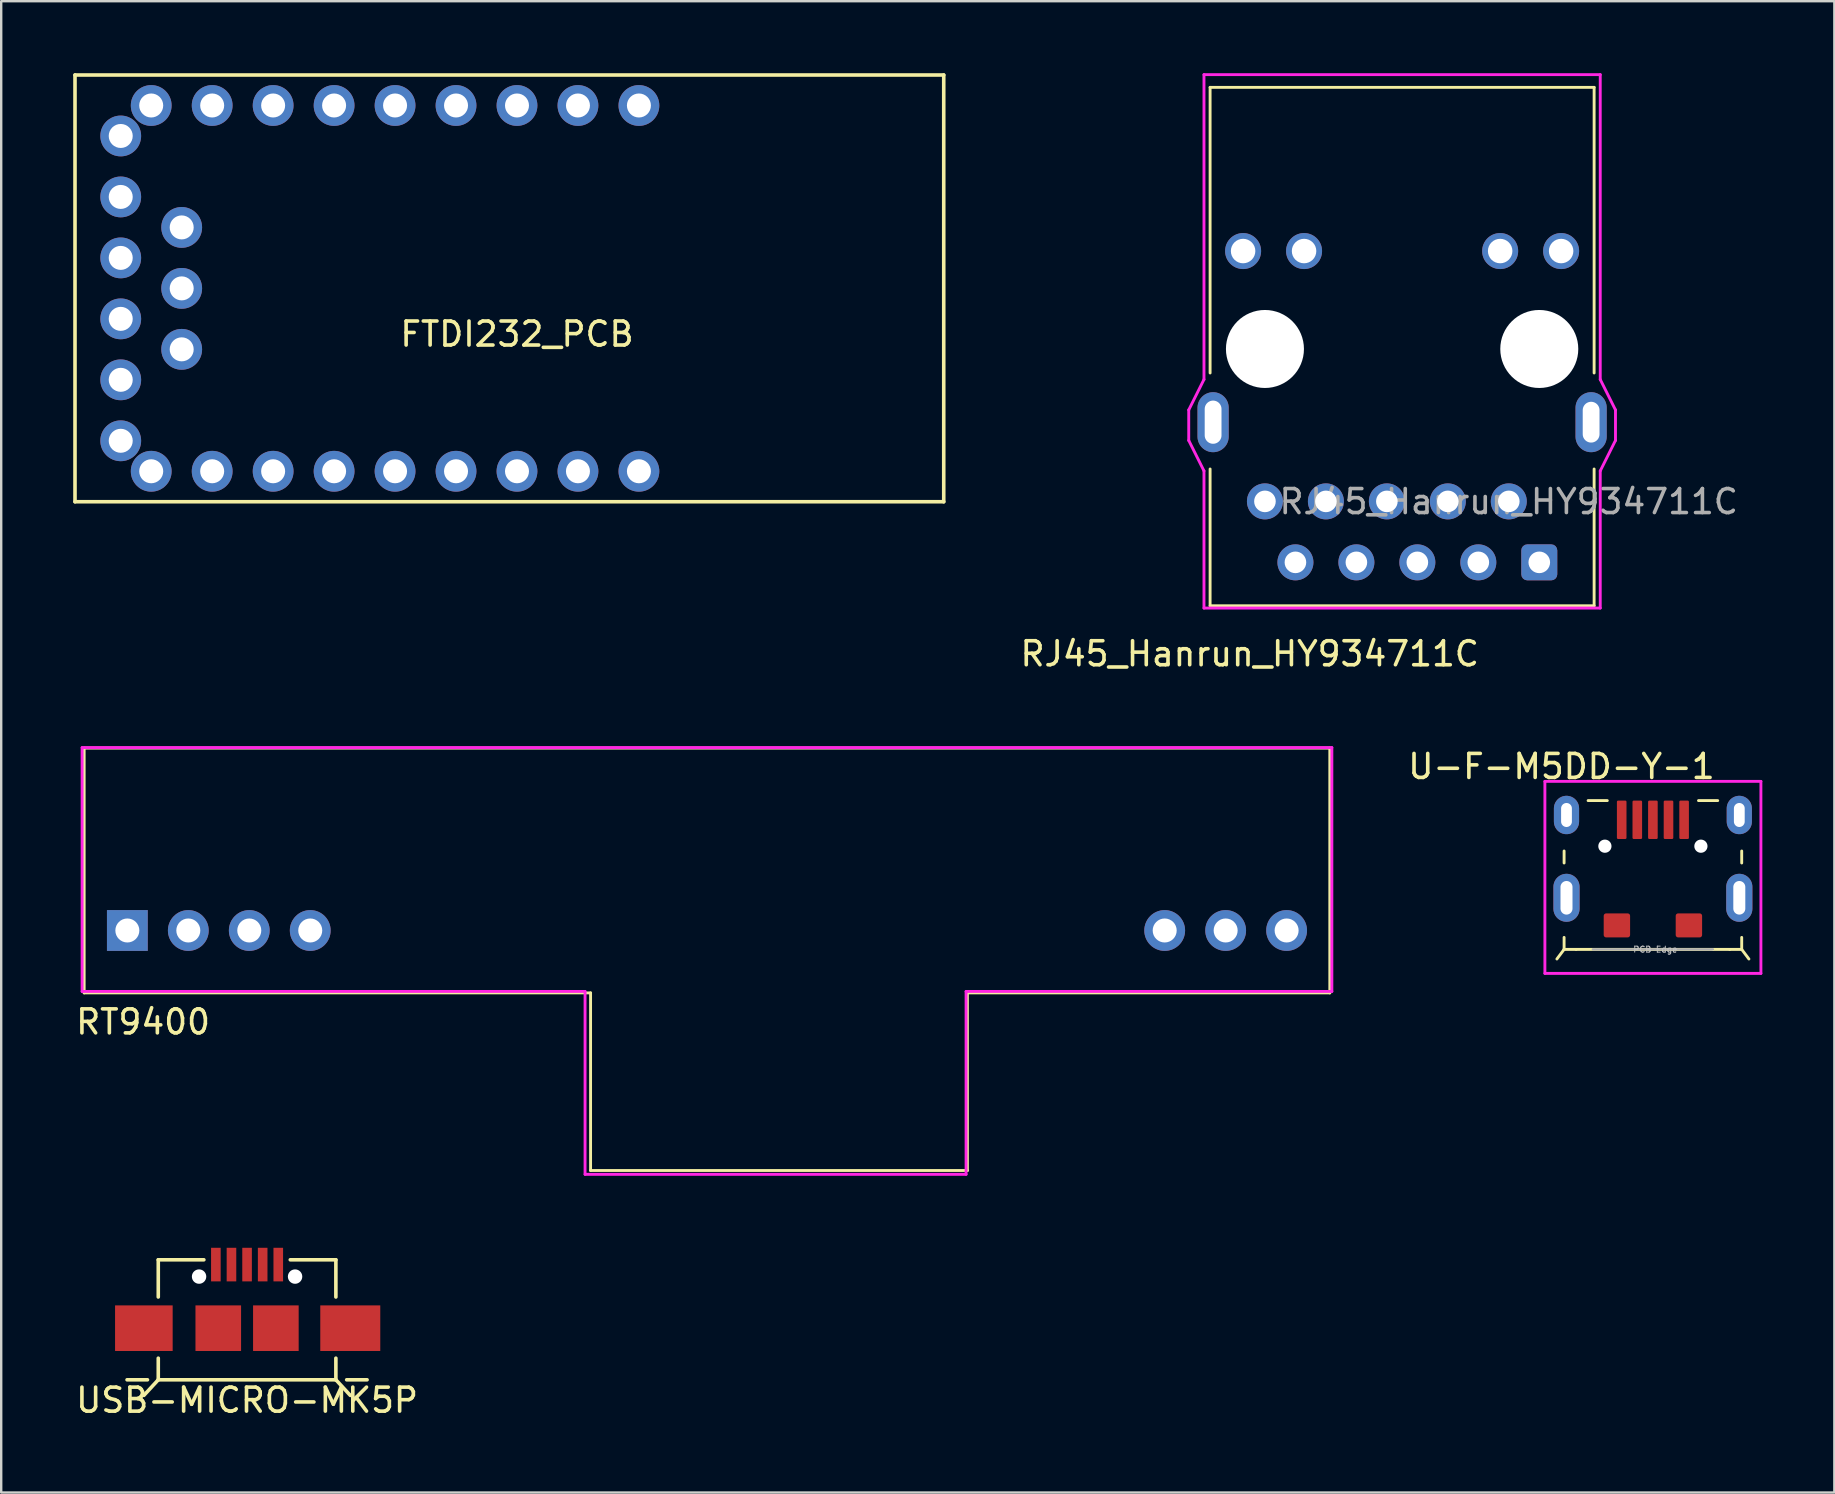
<source format=kicad_pcb>
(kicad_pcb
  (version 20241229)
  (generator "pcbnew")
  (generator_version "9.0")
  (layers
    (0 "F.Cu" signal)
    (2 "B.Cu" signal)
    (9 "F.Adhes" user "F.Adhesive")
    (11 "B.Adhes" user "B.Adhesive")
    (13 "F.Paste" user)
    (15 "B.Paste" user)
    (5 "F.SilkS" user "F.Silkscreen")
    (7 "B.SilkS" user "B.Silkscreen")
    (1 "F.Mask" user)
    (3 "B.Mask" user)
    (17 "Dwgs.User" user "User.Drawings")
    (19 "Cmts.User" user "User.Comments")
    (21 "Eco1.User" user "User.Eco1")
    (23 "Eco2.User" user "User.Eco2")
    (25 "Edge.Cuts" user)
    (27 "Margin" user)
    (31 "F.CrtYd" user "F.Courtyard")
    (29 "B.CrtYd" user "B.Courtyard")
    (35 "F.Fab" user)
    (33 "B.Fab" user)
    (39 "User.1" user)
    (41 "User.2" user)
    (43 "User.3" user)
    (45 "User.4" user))
  (footprint "USB-MICRO-MK5P"
    (layer "F.Cu")
    (at 7.244 52.288)
    (property "Reference" "USB-MICRO-MK5P" (at 0 3 0) (layer "F.SilkS") (effects (font (size 1 1) (thickness 0.15))))
    (attr through_hole)
    (fp_line (start -4.15 2.15) (end -5 2.15) (stroke (width 0.15) (type solid)) (layer "F.SilkS"))
    (fp_line (start -3.7 -2.85) (end -3.7 -1.3) (stroke (width 0.15) (type solid)) (layer "F.SilkS"))
    (fp_line (start -3.7 2.15) (end -4.3 2.8) (stroke (width 0.15) (type solid)) (layer "F.SilkS"))
    (fp_line (start -3.7 2.15) (end -3.7 1.25) (stroke (width 0.15) (type solid)) (layer "F.SilkS"))
    (fp_line (start -3.7 2.15) (end 3.7 2.15) (stroke (width 0.15) (type solid)) (layer "F.SilkS"))
    (fp_line (start -1.8 -2.85) (end -3.7 -2.85) (stroke (width 0.15) (type solid)) (layer "F.SilkS"))
    (fp_line (start 1.8 -2.85) (end 3.7 -2.85) (stroke (width 0.15) (type solid)) (layer "F.SilkS"))
    (fp_line (start 3.7 -2.85) (end 3.7 -1.3) (stroke (width 0.15) (type solid)) (layer "F.SilkS"))
    (fp_line (start 3.7 2.15) (end 3.7 1.25) (stroke (width 0.15) (type solid)) (layer "F.SilkS"))
    (fp_line (start 3.7 2.15) (end 4.3 2.8) (stroke (width 0.15) (type solid)) (layer "F.SilkS"))
    (fp_line (start 4.15 2.15) (end 5 2.15) (stroke (width 0.15) (type solid)) (layer "F.SilkS"))
    (pad "" np_thru_hole circle (at -2 -2.15) (size 0.6 0.6) (drill 0.6) (layers "*.Cu"))
    (pad "" np_thru_hole circle (at 2 -2.15) (size 0.6 0.6) (drill 0.6) (layers "*.Cu"))
    (pad "1" smd rect (at -1.3 -2.65) (size 0.4 1.4) (layers "F.Cu" "F.Mask" "F.Paste"))
    (pad "2" smd rect (at -0.65 -2.65) (size 0.4 1.4) (layers "F.Cu" "F.Mask" "F.Paste"))
    (pad "3" smd rect (at 0 -2.65) (size 0.4 1.4) (layers "F.Cu" "F.Mask" "F.Paste"))
    (pad "4" smd rect (at 0.65 -2.65) (size 0.4 1.4) (layers "F.Cu" "F.Mask" "F.Paste"))
    (pad "5" smd rect (at 1.3 -2.65) (size 0.4 1.4) (layers "F.Cu" "F.Mask" "F.Paste"))
    (pad "6" smd rect (at -4.3 0) (size 2.4 1.9) (layers "F.Cu" "F.Mask" "F.Paste"))
    (pad "6" smd rect (at -1.2 0) (size 1.9 1.9) (layers "F.Cu" "F.Mask" "F.Paste"))
    (pad "6" smd rect (at 1.2 0) (size 1.9 1.9) (layers "F.Cu" "F.Mask" "F.Paste"))
    (pad "6" smd rect (at 4.3 0) (size 2.5 1.9) (layers "F.Cu" "F.Mask" "F.Paste")))
  (footprint "FTDI232_PCB"
    (layer "F.Cu")
    (at 18.49 8.965)
    (property "Reference" "FTDI232_PCB" (at 0 1.905 0) (layer "F.SilkS") (effects (font (size 1 1) (thickness 0.15))))
    (attr through_hole)
    (fp_line (start -18.415 -8.89) (end -18.415 8.89) (stroke (width 0.15) (type solid)) (layer "F.SilkS"))
    (fp_line (start -18.415 8.89) (end 17.78 8.89) (stroke (width 0.15) (type solid)) (layer "F.SilkS"))
    (fp_line (start 17.78 -8.89) (end -18.415 -8.89) (stroke (width 0.15) (type solid)) (layer "F.SilkS"))
    (fp_line (start 17.78 8.89) (end 17.78 -8.89) (stroke (width 0.15) (type solid)) (layer "F.SilkS"))
    (pad "1" thru_hole circle (at 5.08 -7.62) (size 1.7 1.7) (drill 1) (layers "*.Cu" "*.Mask"))
    (pad "2" thru_hole circle (at 2.54 -7.62) (size 1.7 1.7) (drill 1) (layers "*.Cu" "*.Mask"))
    (pad "3" thru_hole circle (at 0 -7.62) (size 1.7 1.7) (drill 1) (layers "*.Cu" "*.Mask"))
    (pad "4" thru_hole circle (at -2.54 -7.62) (size 1.7 1.7) (drill 1) (layers "*.Cu" "*.Mask"))
    (pad "5" thru_hole circle (at -13.97 2.54) (size 1.7 1.7) (drill 1) (layers "*.Cu" "*.Mask"))
    (pad "5" thru_hole circle (at -5.08 -7.62) (size 1.7 1.7) (drill 1) (layers "*.Cu" "*.Mask"))
    (pad "6" thru_hole circle (at -13.97 -2.54) (size 1.7 1.7) (drill 1) (layers "*.Cu" "*.Mask"))
    (pad "6" thru_hole circle (at -7.62 -7.62) (size 1.7 1.7) (drill 1) (layers "*.Cu" "*.Mask"))
    (pad "7" thru_hole circle (at -10.16 -7.62) (size 1.7 1.7) (drill 1) (layers "*.Cu" "*.Mask"))
    (pad "8" thru_hole circle (at -12.7 -7.62) (size 1.7 1.7) (drill 1) (layers "*.Cu" "*.Mask"))
    (pad "9" thru_hole circle (at -16.51 6.35) (size 1.7 1.7) (drill 1) (layers "*.Cu" "*.Mask"))
    (pad "9" thru_hole circle (at -15.24 -7.62) (size 1.7 1.7) (drill 1) (layers "*.Cu" "*.Mask"))
    (pad "9" thru_hole circle (at 0 7.62) (size 1.7 1.7) (drill 1) (layers "*.Cu" "*.Mask"))
    (pad "10" thru_hole circle (at -16.51 -6.35) (size 1.7 1.7) (drill 1) (layers "*.Cu" "*.Mask"))
    (pad "10" thru_hole circle (at -12.7 7.62) (size 1.7 1.7) (drill 1) (layers "*.Cu" "*.Mask"))
    (pad "11" thru_hole circle (at -16.51 -3.81) (size 1.7 1.7) (drill 1) (layers "*.Cu" "*.Mask"))
    (pad "11" thru_hole circle (at -5.08 7.62) (size 1.7 1.7) (drill 1) (layers "*.Cu" "*.Mask"))
    (pad "12" thru_hole circle (at -16.51 -1.27) (size 1.7 1.7) (drill 1) (layers "*.Cu" "*.Mask"))
    (pad "12" thru_hole circle (at -15.24 7.62) (size 1.7 1.7) (drill 1) (layers "*.Cu" "*.Mask"))
    (pad "13" thru_hole circle (at -16.51 1.27) (size 1.7 1.7) (drill 1) (layers "*.Cu" "*.Mask"))
    (pad "13" thru_hole circle (at -13.97 0) (size 1.7 1.7) (drill 1) (layers "*.Cu" "*.Mask"))
    (pad "13" thru_hole circle (at -7.62 7.62) (size 1.7 1.7) (drill 1) (layers "*.Cu" "*.Mask"))
    (pad "14" thru_hole circle (at -16.51 3.81) (size 1.7 1.7) (drill 1) (layers "*.Cu" "*.Mask"))
    (pad "18" thru_hole circle (at -10.16 7.62) (size 1.7 1.7) (drill 1) (layers "*.Cu" "*.Mask"))
    (pad "21" thru_hole circle (at -2.54 7.62) (size 1.7 1.7) (drill 1) (layers "*.Cu" "*.Mask"))
    (pad "23" thru_hole circle (at 2.54 7.62) (size 1.7 1.7) (drill 1) (layers "*.Cu" "*.Mask"))
    (pad "24" thru_hole circle (at 5.08 7.62) (size 1.7 1.7) (drill 1) (layers "*.Cu" "*.Mask")))
  (footprint "RT9400"
    (layer "F.Cu")
    (at 26.406 35.718)
    (property "Reference" "RT9400" (at -23.495 3.81 0) (layer "F.SilkS") (effects (font (size 1 1) (thickness 0.15))))
    (attr through_hole)
    (fp_line (start -25.95 -7.6) (end -25.95 2.6) (stroke (width 0.12) (type solid)) (layer "F.SilkS"))
    (fp_line (start -25.95 -7.6) (end 25.95 -7.6) (stroke (width 0.12) (type solid)) (layer "F.SilkS"))
    (fp_line (start -25.95 2.6) (end -4.85 2.6) (stroke (width 0.12) (type solid)) (layer "F.SilkS"))
    (fp_line (start -4.85 2.6) (end -4.85 10) (stroke (width 0.12) (type solid)) (layer "F.SilkS"))
    (fp_line (start -4.85 10) (end 10.85 10) (stroke (width 0.12) (type solid)) (layer "F.SilkS"))
    (fp_line (start 10.85 2.6) (end 25.95 2.6) (stroke (width 0.12) (type solid)) (layer "F.SilkS"))
    (fp_line (start 10.85 10) (end 10.85 2.6) (stroke (width 0.12) (type solid)) (layer "F.SilkS"))
    (fp_line (start 25.95 -7.6) (end 25.95 2.6) (stroke (width 0.12) (type solid)) (layer "F.SilkS"))
    (fp_line (start -26.035 -7.62) (end -26.035 2.54) (stroke (width 0.12) (type solid)) (layer "F.CrtYd"))
    (fp_line (start -26.035 2.54) (end -5.08 2.54) (stroke (width 0.12) (type solid)) (layer "F.CrtYd"))
    (fp_line (start -5.08 2.54) (end -5.08 10.16) (stroke (width 0.12) (type solid)) (layer "F.CrtYd"))
    (fp_line (start -5.08 10.16) (end 10.795 10.16) (stroke (width 0.12) (type solid)) (layer "F.CrtYd"))
    (fp_line (start 10.795 2.54) (end 26.035 2.54) (stroke (width 0.12) (type solid)) (layer "F.CrtYd"))
    (fp_line (start 10.795 10.16) (end 10.795 2.54) (stroke (width 0.12) (type solid)) (layer "F.CrtYd"))
    (fp_line (start 26.035 -7.62) (end -26.035 -7.62) (stroke (width 0.12) (type solid)) (layer "F.CrtYd"))
    (fp_line (start 26.035 2.54) (end 26.035 -7.62) (stroke (width 0.12) (type solid)) (layer "F.CrtYd"))
    (pad "1" thru_hole rect (at -24.15 0) (size 1.7 1.7) (drill 1) (layers "*.Cu" "*.Mask"))
    (pad "2" thru_hole circle (at -21.61 0) (size 1.7 1.7) (drill 1) (layers "*.Cu" "*.Mask"))
    (pad "3" thru_hole circle (at -19.07 0) (size 1.7 1.7) (drill 1) (layers "*.Cu" "*.Mask"))
    (pad "4" thru_hole circle (at -16.53 0) (size 1.7 1.7) (drill 1) (layers "*.Cu" "*.Mask"))
    (pad "5" thru_hole circle (at 19.07 0) (size 1.7 1.7) (drill 1) (layers "*.Cu" "*.Mask"))
    (pad "6" thru_hole circle (at 21.61 0) (size 1.7 1.7) (drill 1) (layers "*.Cu" "*.Mask"))
    (pad "7" thru_hole circle (at 24.15 0) (size 1.7 1.7) (drill 1) (layers "*.Cu" "*.Mask")))
  (footprint "U-F-M5DD-Y-1"
    (layer "F.Cu")
    (at 65.817 34.356)
    (property "Reference" "U-F-M5DD-Y-1" (at -3.81 -5.47 0) (layer "F.SilkS") (effects (font (size 1 1) (thickness 0.15))))
    (attr through_hole)
    (fp_line (start -3.7 -1.45) (end -3.7 -1.95) (stroke (width 0.12) (type solid)) (layer "F.SilkS"))
    (fp_line (start -3.7 2.15) (end -4 2.55) (stroke (width 0.12) (type solid)) (layer "F.SilkS"))
    (fp_line (start -3.7 2.15) (end -3.7 1.65) (stroke (width 0.12) (type solid)) (layer "F.SilkS"))
    (fp_line (start -3.7 2.15) (end -3.2 2.15) (stroke (width 0.12) (type solid)) (layer "F.SilkS"))
    (fp_line (start -3.2 2.15) (end 2.5 2.15) (stroke (width 0.12) (type solid)) (layer "F.SilkS"))
    (fp_line (start -2.7 -4.05) (end -1.9 -4.05) (stroke (width 0.12) (type solid)) (layer "F.SilkS"))
    (fp_line (start 2.5 2.15) (end 3.2 2.15) (stroke (width 0.12) (type solid)) (layer "F.SilkS"))
    (fp_line (start 2.7 -4.05) (end 1.9 -4.05) (stroke (width 0.12) (type solid)) (layer "F.SilkS"))
    (fp_line (start 3.7 -1.45) (end 3.7 -1.95) (stroke (width 0.12) (type solid)) (layer "F.SilkS"))
    (fp_line (start 3.7 2.15) (end 3.2 2.15) (stroke (width 0.12) (type solid)) (layer "F.SilkS"))
    (fp_line (start 3.7 2.15) (end 3.7 1.65) (stroke (width 0.12) (type solid)) (layer "F.SilkS"))
    (fp_line (start 3.7 2.15) (end 4 2.55) (stroke (width 0.12) (type solid)) (layer "F.SilkS"))
    (fp_line (start -4.5 -4.85) (end -4.5 3.15) (stroke (width 0.12) (type solid)) (layer "F.CrtYd"))
    (fp_line (start -4.5 3.15) (end 4.5 3.15) (stroke (width 0.12) (type solid)) (layer "F.CrtYd"))
    (fp_line (start 4.5 -4.85) (end -4.5 -4.85) (stroke (width 0.12) (type solid)) (layer "F.CrtYd"))
    (fp_line (start 4.5 3.15) (end 4.5 -4.85) (stroke (width 0.12) (type solid)) (layer "F.CrtYd"))
    (fp_line (start -2.5 2.15) (end 2.5 2.15) (stroke (width 0.1) (type solid)) (layer "F.Fab"))
    (fp_text user "PCB Edge" (at 0.1 2.15 0) (layer "Dwgs.User") (effects (font (size 0.25 0.25) (thickness 0.04))))
    (pad "" np_thru_hole circle (at -2 -2.15) (size 0.55 0.55) (drill 0.55) (layers "*.Cu" "*.Mask"))
    (pad "" np_thru_hole circle (at 2 -2.15) (size 0.55 0.55) (drill 0.55) (layers "*.Cu" "*.Mask"))
    (pad "1" smd roundrect (at -1.3 -3.25) (size 0.4 1.6) (layers "F.Cu" "F.Mask" "F.Paste") (roundrect_rratio 0.125))
    (pad "2" smd roundrect (at -0.65 -3.25) (size 0.4 1.6) (layers "F.Cu" "F.Mask" "F.Paste") (roundrect_rratio 0.125))
    (pad "3" smd roundrect (at 0 -3.25) (size 0.4 1.6) (layers "F.Cu" "F.Mask" "F.Paste") (roundrect_rratio 0.125))
    (pad "4" smd roundrect (at 0.65 -3.25) (size 0.4 1.6) (layers "F.Cu" "F.Mask" "F.Paste") (roundrect_rratio 0.125))
    (pad "5" smd roundrect (at 1.3 -3.25) (size 0.4 1.6) (layers "F.Cu" "F.Mask" "F.Paste") (roundrect_rratio 0.125))
    (pad "6" thru_hole oval (at -3.6 -3.45) (size 1.05 1.6) (drill oval 0.45 1) (layers "*.Cu" "*.Mask"))
    (pad "6" thru_hole oval (at -3.6 0) (size 1.09 2) (drill oval 0.5 1.4) (layers "*.Cu" "*.Mask"))
    (pad "6" smd roundrect (at -1.5 1.15) (size 1.1 1) (layers "F.Cu" "F.Mask" "F.Paste") (roundrect_rratio 0.1))
    (pad "6" smd roundrect (at 1.5 1.15) (size 1.1 1) (layers "F.Cu" "F.Mask" "F.Paste") (roundrect_rratio 0.1))
    (pad "6" thru_hole oval (at 3.6 -3.45) (size 1.05 1.6) (drill oval 0.45 1) (layers "*.Cu" "*.Mask"))
    (pad "6" thru_hole oval (at 3.6 0) (size 1.09 2) (drill oval 0.5 1.4) (layers "*.Cu" "*.Mask")))
  (footprint "RJ45_Hanrun_HY934711C"
    (layer "F.Cu")
    (at 55.368 11.49)
    (property "Reference" "RJ45_Hanrun_HY934711C" (at -6.35 12.7 0) (layer "F.SilkS") (effects (font (size 1 1) (thickness 0.15))))
    (attr through_hole)
    (fp_line (start -8 -10.9) (end -8 1) (stroke (width 0.12) (type solid)) (layer "F.SilkS"))
    (fp_line (start -8 -10.9) (end 8 -10.9) (stroke (width 0.12) (type solid)) (layer "F.SilkS"))
    (fp_line (start -8 5) (end -8 10.7) (stroke (width 0.12) (type solid)) (layer "F.SilkS"))
    (fp_line (start -8 10.7) (end 8 10.7) (stroke (width 0.12) (type solid)) (layer "F.SilkS"))
    (fp_line (start 8 -10.9) (end 8 1) (stroke (width 0.12) (type solid)) (layer "F.SilkS"))
    (fp_line (start 8 5) (end 8 10.7) (stroke (width 0.12) (type solid)) (layer "F.SilkS"))
    (fp_line (start -8.89 2.54) (end -8.89 3.81) (stroke (width 0.12) (type solid)) (layer "F.CrtYd"))
    (fp_line (start -8.89 3.81) (end -8.255 5.08) (stroke (width 0.12) (type solid)) (layer "F.CrtYd"))
    (fp_line (start -8.255 -11.43) (end -8.255 1.27) (stroke (width 0.12) (type solid)) (layer "F.CrtYd"))
    (fp_line (start -8.255 1.27) (end -8.89 2.54) (stroke (width 0.12) (type solid)) (layer "F.CrtYd"))
    (fp_line (start -8.255 5.08) (end -8.255 10.795) (stroke (width 0.12) (type solid)) (layer "F.CrtYd"))
    (fp_line (start -8.255 10.795) (end 8.255 10.795) (stroke (width 0.12) (type solid)) (layer "F.CrtYd"))
    (fp_line (start 8.255 -11.43) (end -8.255 -11.43) (stroke (width 0.12) (type solid)) (layer "F.CrtYd"))
    (fp_line (start 8.255 1.27) (end 8.255 -11.43) (stroke (width 0.12) (type solid)) (layer "F.CrtYd"))
    (fp_line (start 8.255 1.27) (end 8.89 2.54) (stroke (width 0.12) (type solid)) (layer "F.CrtYd"))
    (fp_line (start 8.255 10.795) (end 8.255 5.08) (stroke (width 0.12) (type solid)) (layer "F.CrtYd"))
    (fp_line (start 8.89 2.54) (end 8.89 3.81) (stroke (width 0.12) (type solid)) (layer "F.CrtYd"))
    (fp_line (start 8.89 3.81) (end 8.255 5.08) (stroke (width 0.12) (type solid)) (layer "F.CrtYd"))
    (fp_text user "${REFERENCE}" (at 4.44 6.36 0) (layer "F.Fab") (effects (font (size 1 1) (thickness 0.15))))
    (pad "" np_thru_hole circle (at -5.715 0) (size 3.25 3.25) (drill 3.25) (layers "*.Cu" "*.Mask"))
    (pad "" np_thru_hole circle (at 5.715 0) (size 3.25 3.25) (drill 3.25) (layers "*.Cu" "*.Mask"))
    (pad "1" thru_hole roundrect (at 5.715 8.89) (size 1.5 1.5) (drill 0.9) (layers "*.Cu" "*.Mask") (roundrect_rratio 0.167))
    (pad "2" thru_hole circle (at 4.445 6.35) (size 1.5 1.5) (drill 0.9) (layers "*.Cu" "*.Mask"))
    (pad "3" thru_hole circle (at 3.175 8.89) (size 1.5 1.5) (drill 0.9) (layers "*.Cu" "*.Mask"))
    (pad "4" thru_hole circle (at 1.905 6.35) (size 1.5 1.5) (drill 0.9) (layers "*.Cu" "*.Mask"))
    (pad "5" thru_hole circle (at 0.635 8.89) (size 1.5 1.5) (drill 0.9) (layers "*.Cu" "*.Mask"))
    (pad "6" thru_hole circle (at -0.635 6.35 90) (size 1.5 1.5) (drill 0.9) (layers "*.Cu" "*.Mask"))
    (pad "7" thru_hole circle (at -1.905 8.89) (size 1.5 1.5) (drill 0.9) (layers "*.Cu" "*.Mask"))
    (pad "8" thru_hole circle (at -3.175 6.35) (size 1.5 1.5) (drill 0.9) (layers "*.Cu" "*.Mask"))
    (pad "9" thru_hole circle (at -4.445 8.89) (size 1.5 1.5) (drill 0.9) (layers "*.Cu" "*.Mask"))
    (pad "10" thru_hole circle (at -5.715 6.35) (size 1.5 1.5) (drill 0.9) (layers "*.Cu" "*.Mask"))
    (pad "11" thru_hole circle (at 6.625 -4.08) (size 1.5 1.5) (drill 1.02) (layers "*.Cu" "*.Mask"))
    (pad "12" thru_hole circle (at 4.085 -4.08) (size 1.5 1.5) (drill 1.02) (layers "*.Cu" "*.Mask"))
    (pad "13" thru_hole circle (at -4.085 -4.08) (size 1.5 1.5) (drill 1.02) (layers "*.Cu" "*.Mask"))
    (pad "14" thru_hole circle (at -6.625 -4.08) (size 1.5 1.5) (drill 1.02) (layers "*.Cu" "*.Mask"))
    (pad "SH" thru_hole oval (at -7.875 3.05) (size 1.3 2.5) (drill oval 0.7 1.8) (layers "*.Cu" "*.Mask"))
    (pad "SH" thru_hole oval (at 7.875 3.05) (size 1.3 2.5) (drill oval 0.7 1.7) (layers "*.Cu" "*.Mask")))
  (gr_rect
    (start -3 -3)
    (end 73.377 59.136)
    (stroke (width 0.1) (type default))
    (fill no)
    (layer "Edge.Cuts")))
</source>
